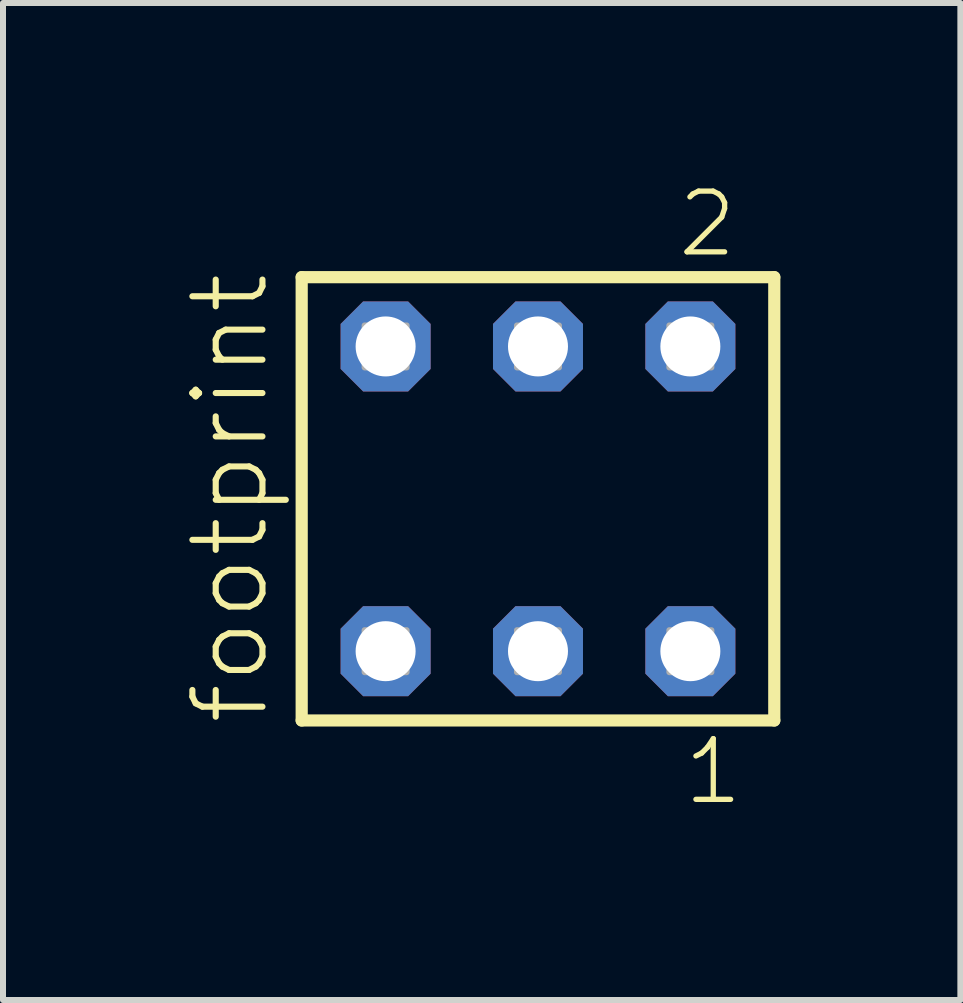
<source format=kicad_pcb>
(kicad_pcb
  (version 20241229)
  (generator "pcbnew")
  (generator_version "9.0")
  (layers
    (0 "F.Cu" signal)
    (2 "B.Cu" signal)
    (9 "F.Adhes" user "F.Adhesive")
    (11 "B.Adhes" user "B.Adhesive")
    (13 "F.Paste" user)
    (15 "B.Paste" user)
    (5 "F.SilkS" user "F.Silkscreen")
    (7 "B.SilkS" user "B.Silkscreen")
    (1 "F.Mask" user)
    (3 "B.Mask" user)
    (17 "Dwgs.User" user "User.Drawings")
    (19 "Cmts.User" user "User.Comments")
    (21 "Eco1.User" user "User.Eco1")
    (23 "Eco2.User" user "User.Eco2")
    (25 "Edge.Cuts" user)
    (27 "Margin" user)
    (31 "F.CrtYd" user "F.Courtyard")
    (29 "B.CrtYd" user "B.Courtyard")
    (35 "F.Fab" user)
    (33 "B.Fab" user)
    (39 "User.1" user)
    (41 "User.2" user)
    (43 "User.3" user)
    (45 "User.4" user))
  (footprint "footprint"
    (layer "F.Cu")
    (at 5.918 5.265)
    (property "Reference" "footprint" (at -4.445 3.81 90) (layer "F.SilkS") (effects (font (size 1.168 1.168) (thickness 0.102)) (justify left bottom)))
    (fp_line (start -3.939 -3.695) (end 3.939 -3.695) (stroke (width 0.203) (type solid)) (layer "F.SilkS"))
    (fp_line (start -3.939 3.695) (end -3.939 -3.695) (stroke (width 0.203) (type solid)) (layer "F.SilkS"))
    (fp_line (start 3.939 -3.695) (end 3.939 3.695) (stroke (width 0.203) (type solid)) (layer "F.SilkS"))
    (fp_line (start 3.939 3.695) (end -3.939 3.695) (stroke (width 0.203) (type solid)) (layer "F.SilkS"))
    (fp_poly (pts (xy -2.89 -2.19) (xy -2.19 -2.19) (xy -2.19 -2.89) (xy -2.89 -2.89)) (stroke (width 0.1) (type solid)) (fill no) (layer "F.Fab"))
    (fp_poly (pts (xy -2.89 2.89) (xy -2.19 2.89) (xy -2.19 2.19) (xy -2.89 2.19)) (stroke (width 0.1) (type solid)) (fill no) (layer "F.Fab"))
    (fp_poly (pts (xy -0.35 -2.19) (xy 0.35 -2.19) (xy 0.35 -2.89) (xy -0.35 -2.89)) (stroke (width 0.1) (type solid)) (fill no) (layer "F.Fab"))
    (fp_poly (pts (xy -0.35 2.89) (xy 0.35 2.89) (xy 0.35 2.19) (xy -0.35 2.19)) (stroke (width 0.1) (type solid)) (fill no) (layer "F.Fab"))
    (fp_poly (pts (xy 2.19 -2.19) (xy 2.89 -2.19) (xy 2.89 -2.89) (xy 2.19 -2.89)) (stroke (width 0.1) (type solid)) (fill no) (layer "F.Fab"))
    (fp_poly (pts (xy 2.19 2.89) (xy 2.89 2.89) (xy 2.89 2.19) (xy 2.19 2.19)) (stroke (width 0.1) (type solid)) (fill no) (layer "F.Fab"))
    (fp_text user "1" (at 2.382 5.138 0) (layer "F.SilkS") (effects (font (size 1.012 1.012) (thickness 0.088)) (justify left bottom)))
    (fp_text user "2" (at 2.282 -3.989 0) (layer "F.SilkS") (effects (font (size 1.012 1.012) (thickness 0.088)) (justify left bottom)))
    (pad "1" thru_hole roundrect (at 2.54 2.54 180) (size 1.5 1.5) (drill 1) (layers "*.Cu" "*.Mask") (roundrect_rratio 0.25) (chamfer_ratio 0.25) (chamfer top_left top_right bottom_left bottom_right))
    (pad "2" thru_hole roundrect (at 2.54 -2.54 180) (size 1.5 1.5) (drill 1) (layers "*.Cu" "*.Mask") (roundrect_rratio 0.25) (chamfer_ratio 0.25) (chamfer top_left top_right bottom_left bottom_right))
    (pad "3" thru_hole roundrect (at 0 2.54 180) (size 1.5 1.5) (drill 1) (layers "*.Cu" "*.Mask") (roundrect_rratio 0.25) (chamfer_ratio 0.25) (chamfer top_left top_right bottom_left bottom_right))
    (pad "4" thru_hole roundrect (at 0 -2.54 180) (size 1.5 1.5) (drill 1) (layers "*.Cu" "*.Mask") (roundrect_rratio 0.25) (chamfer_ratio 0.25) (chamfer top_left top_right bottom_left bottom_right))
    (pad "5" thru_hole roundrect (at -2.54 2.54 180) (size 1.5 1.5) (drill 1) (layers "*.Cu" "*.Mask") (roundrect_rratio 0.25) (chamfer_ratio 0.25) (chamfer top_left top_right bottom_left bottom_right))
    (pad "6" thru_hole roundrect (at -2.54 -2.54 180) (size 1.5 1.5) (drill 1) (layers "*.Cu" "*.Mask") (roundrect_rratio 0.25) (chamfer_ratio 0.25) (chamfer top_left top_right bottom_left bottom_right)))
  (gr_rect
    (start -3 -3)
    (end 12.959 13.62)
    (stroke (width 0.1) (type default))
    (fill no)
    (layer "Edge.Cuts")))
</source>
